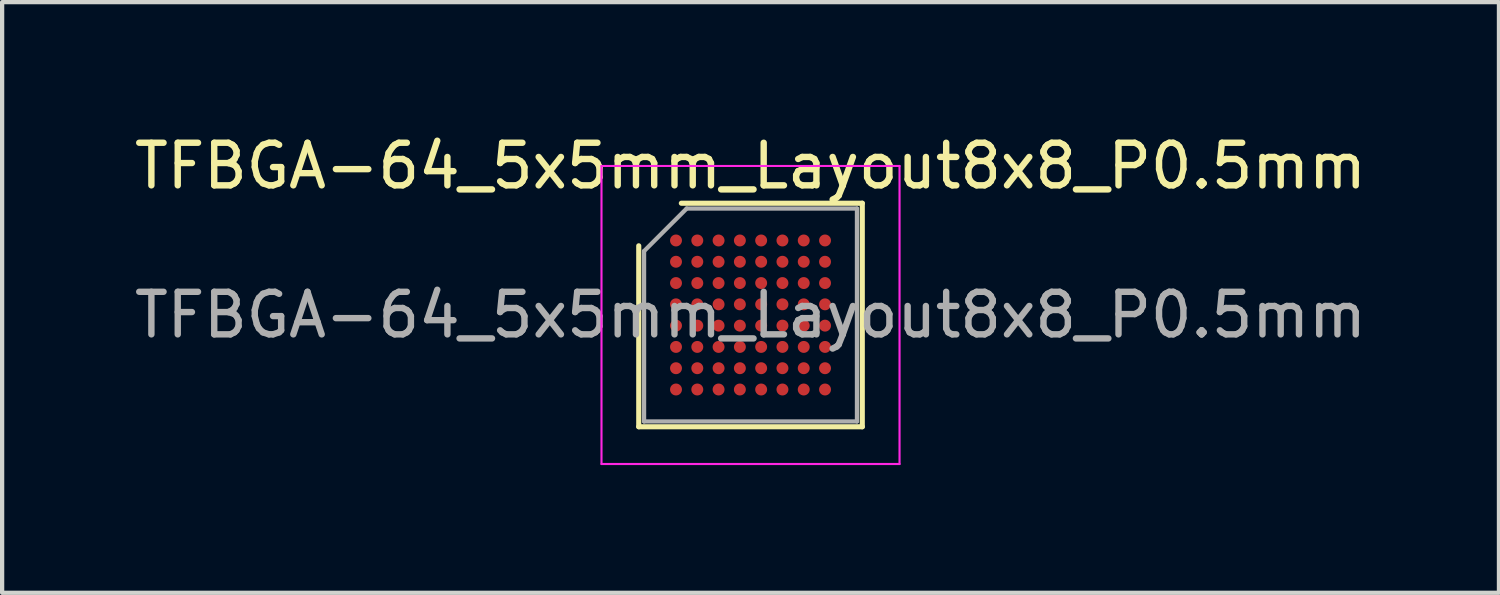
<source format=kicad_pcb>
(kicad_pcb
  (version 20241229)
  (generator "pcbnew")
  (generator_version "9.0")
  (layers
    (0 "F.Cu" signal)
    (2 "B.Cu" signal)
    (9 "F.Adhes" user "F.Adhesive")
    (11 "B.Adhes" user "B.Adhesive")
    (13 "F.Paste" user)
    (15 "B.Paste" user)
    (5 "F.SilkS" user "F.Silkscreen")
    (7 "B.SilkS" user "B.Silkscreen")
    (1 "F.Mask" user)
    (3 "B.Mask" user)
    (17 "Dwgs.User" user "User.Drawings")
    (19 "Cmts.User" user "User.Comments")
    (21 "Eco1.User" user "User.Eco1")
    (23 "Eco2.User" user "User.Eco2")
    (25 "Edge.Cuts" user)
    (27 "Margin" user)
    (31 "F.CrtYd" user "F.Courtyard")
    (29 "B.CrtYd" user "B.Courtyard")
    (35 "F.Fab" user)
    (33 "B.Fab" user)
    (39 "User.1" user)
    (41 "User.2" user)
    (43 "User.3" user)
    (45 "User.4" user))
  (footprint "TFBGA-64_5x5mm_Layout8x8_P0.5mm"
    (layer "F.Cu")
    (at 14.577 4.348)
    (property "Reference" "TFBGA-64_5x5mm_Layout8x8_P0.5mm" (at 0 -3.5 0) (layer "F.SilkS") (effects (font (size 1 1) (thickness 0.15))))
    (attr smd)
    (fp_line (start -2.625 2.625) (end -2.625 -1.625) (stroke (width 0.12) (type solid)) (layer "F.SilkS"))
    (fp_line (start -1.625 -2.625) (end 2.625 -2.625) (stroke (width 0.12) (type solid)) (layer "F.SilkS"))
    (fp_line (start 2.625 -2.625) (end 2.625 2.625) (stroke (width 0.12) (type solid)) (layer "F.SilkS"))
    (fp_line (start 2.625 2.625) (end -2.625 2.625) (stroke (width 0.12) (type solid)) (layer "F.SilkS"))
    (fp_line (start -3.5 -3.5) (end -3.5 3.5) (stroke (width 0.05) (type solid)) (layer "F.CrtYd"))
    (fp_line (start -3.5 3.5) (end 3.5 3.5) (stroke (width 0.05) (type solid)) (layer "F.CrtYd"))
    (fp_line (start 3.5 -3.5) (end -3.5 -3.5) (stroke (width 0.05) (type solid)) (layer "F.CrtYd"))
    (fp_line (start 3.5 3.5) (end 3.5 -3.5) (stroke (width 0.05) (type solid)) (layer "F.CrtYd"))
    (fp_line (start -2.5 -1.5) (end -1.5 -2.5) (stroke (width 0.1) (type solid)) (layer "F.Fab"))
    (fp_line (start -2.5 2.5) (end -2.5 -1.5) (stroke (width 0.1) (type solid)) (layer "F.Fab"))
    (fp_line (start -1.5 -2.5) (end 2.5 -2.5) (stroke (width 0.1) (type solid)) (layer "F.Fab"))
    (fp_line (start 2.5 -2.5) (end 2.5 2.5) (stroke (width 0.1) (type solid)) (layer "F.Fab"))
    (fp_line (start 2.5 2.5) (end -2.5 2.5) (stroke (width 0.1) (type solid)) (layer "F.Fab"))
    (fp_text user "${REFERENCE}" (at 0 0 0) (layer "F.Fab") (effects (font (size 1 1) (thickness 0.15))))
    (pad "A1" smd circle (at -1.75 -1.75) (size 0.28 0.28) (layers "F.Cu" "F.Mask" "F.Paste"))
    (pad "A2" smd circle (at -1.25 -1.75) (size 0.28 0.28) (layers "F.Cu" "F.Mask" "F.Paste"))
    (pad "A3" smd circle (at -0.75 -1.75) (size 0.28 0.28) (layers "F.Cu" "F.Mask" "F.Paste"))
    (pad "A4" smd circle (at -0.25 -1.75) (size 0.28 0.28) (layers "F.Cu" "F.Mask" "F.Paste"))
    (pad "A5" smd circle (at 0.25 -1.75) (size 0.28 0.28) (layers "F.Cu" "F.Mask" "F.Paste"))
    (pad "A6" smd circle (at 0.75 -1.75) (size 0.28 0.28) (layers "F.Cu" "F.Mask" "F.Paste"))
    (pad "A7" smd circle (at 1.25 -1.75) (size 0.28 0.28) (layers "F.Cu" "F.Mask" "F.Paste"))
    (pad "A8" smd circle (at 1.75 -1.75) (size 0.28 0.28) (layers "F.Cu" "F.Mask" "F.Paste"))
    (pad "B1" smd circle (at -1.75 -1.25) (size 0.28 0.28) (layers "F.Cu" "F.Mask" "F.Paste"))
    (pad "B2" smd circle (at -1.25 -1.25) (size 0.28 0.28) (layers "F.Cu" "F.Mask" "F.Paste"))
    (pad "B3" smd circle (at -0.75 -1.25) (size 0.28 0.28) (layers "F.Cu" "F.Mask" "F.Paste"))
    (pad "B4" smd circle (at -0.25 -1.25) (size 0.28 0.28) (layers "F.Cu" "F.Mask" "F.Paste"))
    (pad "B5" smd circle (at 0.25 -1.25) (size 0.28 0.28) (layers "F.Cu" "F.Mask" "F.Paste"))
    (pad "B6" smd circle (at 0.75 -1.25) (size 0.28 0.28) (layers "F.Cu" "F.Mask" "F.Paste"))
    (pad "B7" smd circle (at 1.25 -1.25) (size 0.28 0.28) (layers "F.Cu" "F.Mask" "F.Paste"))
    (pad "B8" smd circle (at 1.75 -1.25) (size 0.28 0.28) (layers "F.Cu" "F.Mask" "F.Paste"))
    (pad "C1" smd circle (at -1.75 -0.75) (size 0.28 0.28) (layers "F.Cu" "F.Mask" "F.Paste"))
    (pad "C2" smd circle (at -1.25 -0.75) (size 0.28 0.28) (layers "F.Cu" "F.Mask" "F.Paste"))
    (pad "C3" smd circle (at -0.75 -0.75) (size 0.28 0.28) (layers "F.Cu" "F.Mask" "F.Paste"))
    (pad "C4" smd circle (at -0.25 -0.75) (size 0.28 0.28) (layers "F.Cu" "F.Mask" "F.Paste"))
    (pad "C5" smd circle (at 0.25 -0.75) (size 0.28 0.28) (layers "F.Cu" "F.Mask" "F.Paste"))
    (pad "C6" smd circle (at 0.75 -0.75) (size 0.28 0.28) (layers "F.Cu" "F.Mask" "F.Paste"))
    (pad "C7" smd circle (at 1.25 -0.75) (size 0.28 0.28) (layers "F.Cu" "F.Mask" "F.Paste"))
    (pad "C8" smd circle (at 1.75 -0.75) (size 0.28 0.28) (layers "F.Cu" "F.Mask" "F.Paste"))
    (pad "D1" smd circle (at -1.75 -0.25) (size 0.28 0.28) (layers "F.Cu" "F.Mask" "F.Paste"))
    (pad "D2" smd circle (at -1.25 -0.25) (size 0.28 0.28) (layers "F.Cu" "F.Mask" "F.Paste"))
    (pad "D3" smd circle (at -0.75 -0.25) (size 0.28 0.28) (layers "F.Cu" "F.Mask" "F.Paste"))
    (pad "D4" smd circle (at -0.25 -0.25) (size 0.28 0.28) (layers "F.Cu" "F.Mask" "F.Paste"))
    (pad "D5" smd circle (at 0.25 -0.25) (size 0.28 0.28) (layers "F.Cu" "F.Mask" "F.Paste"))
    (pad "D6" smd circle (at 0.75 -0.25) (size 0.28 0.28) (layers "F.Cu" "F.Mask" "F.Paste"))
    (pad "D7" smd circle (at 1.25 -0.25) (size 0.28 0.28) (layers "F.Cu" "F.Mask" "F.Paste"))
    (pad "D8" smd circle (at 1.75 -0.25) (size 0.28 0.28) (layers "F.Cu" "F.Mask" "F.Paste"))
    (pad "E1" smd circle (at -1.75 0.25) (size 0.28 0.28) (layers "F.Cu" "F.Mask" "F.Paste"))
    (pad "E2" smd circle (at -1.25 0.25) (size 0.28 0.28) (layers "F.Cu" "F.Mask" "F.Paste"))
    (pad "E3" smd circle (at -0.75 0.25) (size 0.28 0.28) (layers "F.Cu" "F.Mask" "F.Paste"))
    (pad "E4" smd circle (at -0.25 0.25) (size 0.28 0.28) (layers "F.Cu" "F.Mask" "F.Paste"))
    (pad "E5" smd circle (at 0.25 0.25) (size 0.28 0.28) (layers "F.Cu" "F.Mask" "F.Paste"))
    (pad "E6" smd circle (at 0.75 0.25) (size 0.28 0.28) (layers "F.Cu" "F.Mask" "F.Paste"))
    (pad "E7" smd circle (at 1.25 0.25) (size 0.28 0.28) (layers "F.Cu" "F.Mask" "F.Paste"))
    (pad "E8" smd circle (at 1.75 0.25) (size 0.28 0.28) (layers "F.Cu" "F.Mask" "F.Paste"))
    (pad "F1" smd circle (at -1.75 0.75) (size 0.28 0.28) (layers "F.Cu" "F.Mask" "F.Paste"))
    (pad "F2" smd circle (at -1.25 0.75) (size 0.28 0.28) (layers "F.Cu" "F.Mask" "F.Paste"))
    (pad "F3" smd circle (at -0.75 0.75) (size 0.28 0.28) (layers "F.Cu" "F.Mask" "F.Paste"))
    (pad "F4" smd circle (at -0.25 0.75) (size 0.28 0.28) (layers "F.Cu" "F.Mask" "F.Paste"))
    (pad "F5" smd circle (at 0.25 0.75) (size 0.28 0.28) (layers "F.Cu" "F.Mask" "F.Paste"))
    (pad "F6" smd circle (at 0.75 0.75) (size 0.28 0.28) (layers "F.Cu" "F.Mask" "F.Paste"))
    (pad "F7" smd circle (at 1.25 0.75) (size 0.28 0.28) (layers "F.Cu" "F.Mask" "F.Paste"))
    (pad "F8" smd circle (at 1.75 0.75) (size 0.28 0.28) (layers "F.Cu" "F.Mask" "F.Paste"))
    (pad "G1" smd circle (at -1.75 1.25) (size 0.28 0.28) (layers "F.Cu" "F.Mask" "F.Paste"))
    (pad "G2" smd circle (at -1.25 1.25) (size 0.28 0.28) (layers "F.Cu" "F.Mask" "F.Paste"))
    (pad "G3" smd circle (at -0.75 1.25) (size 0.28 0.28) (layers "F.Cu" "F.Mask" "F.Paste"))
    (pad "G4" smd circle (at -0.25 1.25) (size 0.28 0.28) (layers "F.Cu" "F.Mask" "F.Paste"))
    (pad "G5" smd circle (at 0.25 1.25) (size 0.28 0.28) (layers "F.Cu" "F.Mask" "F.Paste"))
    (pad "G6" smd circle (at 0.75 1.25) (size 0.28 0.28) (layers "F.Cu" "F.Mask" "F.Paste"))
    (pad "G7" smd circle (at 1.25 1.25) (size 0.28 0.28) (layers "F.Cu" "F.Mask" "F.Paste"))
    (pad "G8" smd circle (at 1.75 1.25) (size 0.28 0.28) (layers "F.Cu" "F.Mask" "F.Paste"))
    (pad "H1" smd circle (at -1.75 1.75) (size 0.28 0.28) (layers "F.Cu" "F.Mask" "F.Paste"))
    (pad "H2" smd circle (at -1.25 1.75) (size 0.28 0.28) (layers "F.Cu" "F.Mask" "F.Paste"))
    (pad "H3" smd circle (at -0.75 1.75) (size 0.28 0.28) (layers "F.Cu" "F.Mask" "F.Paste"))
    (pad "H4" smd circle (at -0.25 1.75) (size 0.28 0.28) (layers "F.Cu" "F.Mask" "F.Paste"))
    (pad "H5" smd circle (at 0.25 1.75) (size 0.28 0.28) (layers "F.Cu" "F.Mask" "F.Paste"))
    (pad "H6" smd circle (at 0.75 1.75) (size 0.28 0.28) (layers "F.Cu" "F.Mask" "F.Paste"))
    (pad "H7" smd circle (at 1.25 1.75) (size 0.28 0.28) (layers "F.Cu" "F.Mask" "F.Paste"))
    (pad "H8" smd circle (at 1.75 1.75) (size 0.28 0.28) (layers "F.Cu" "F.Mask" "F.Paste")))
  (gr_rect
    (start -3 -3)
    (end 32.155 10.873)
    (stroke (width 0.1) (type default))
    (fill no)
    (layer "Edge.Cuts")))
</source>
